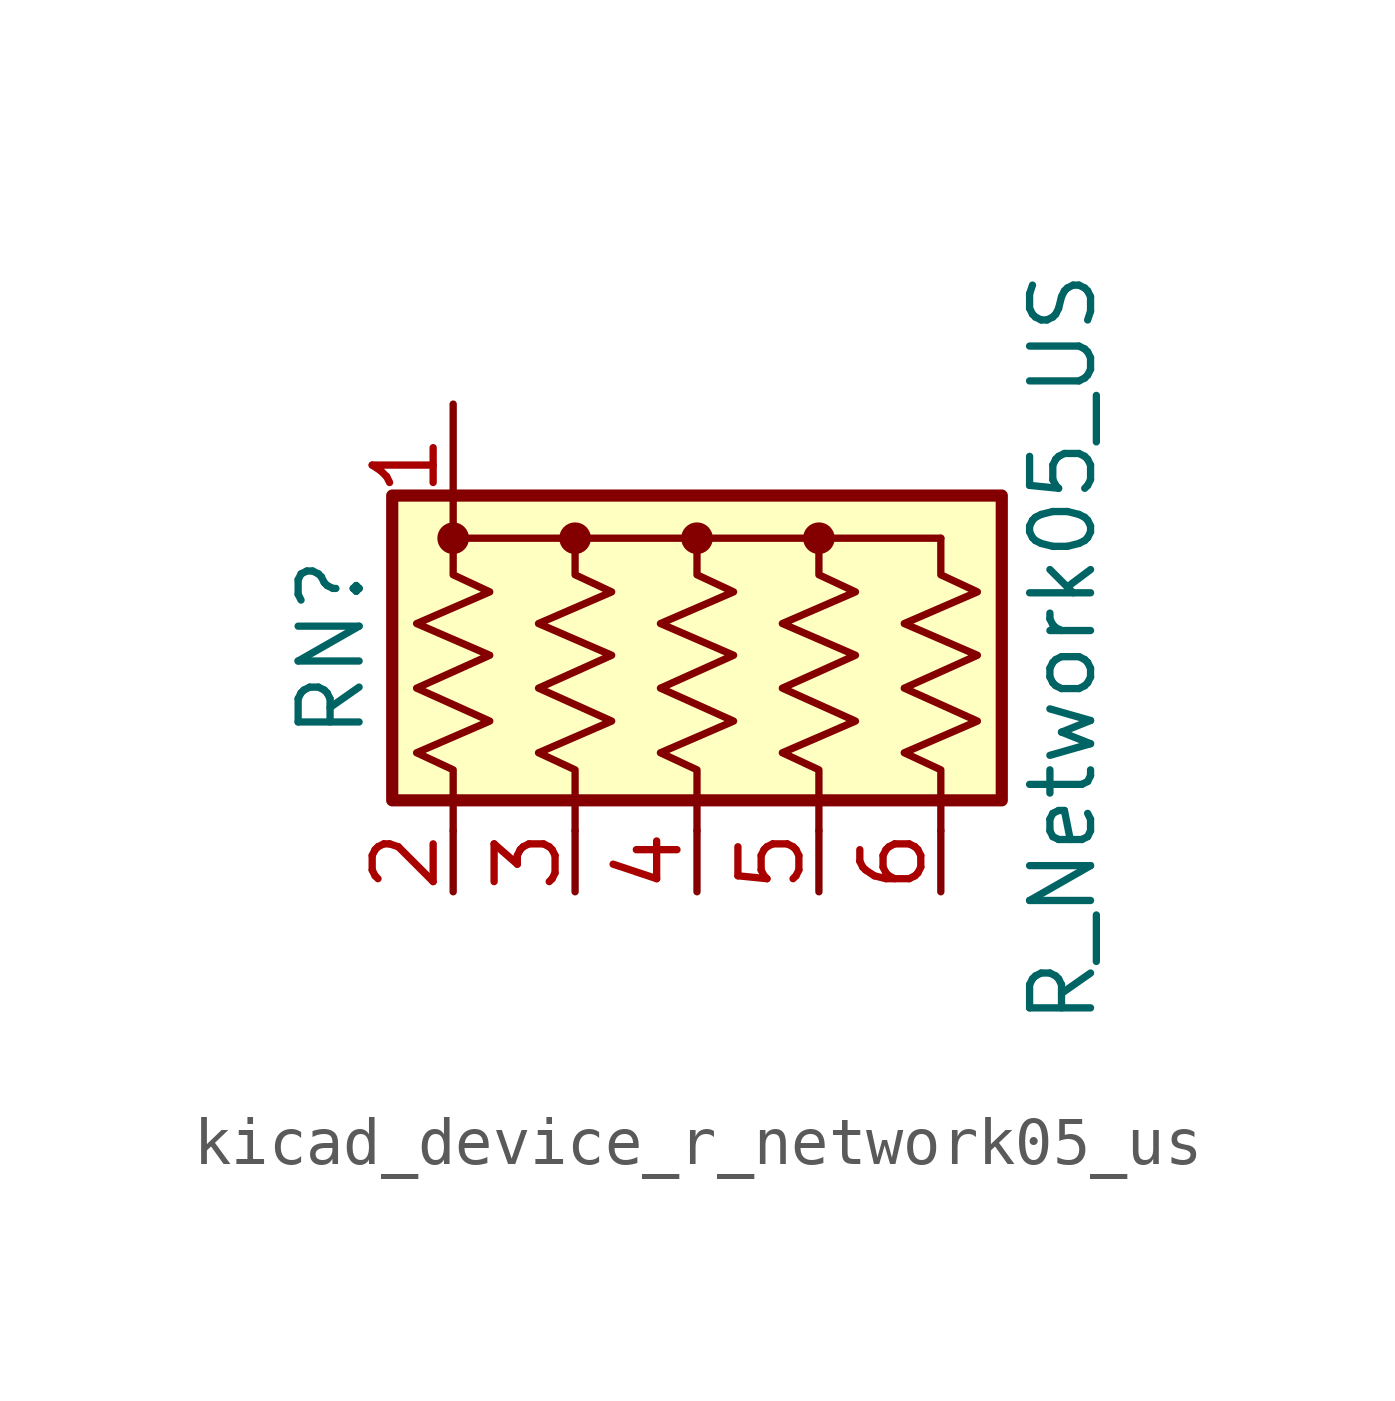
<source format=kicad_sym>
(kicad_symbol_lib
  (version 20220914)
  (generator kicad_symbol_editor)
  (symbol "kicad_device_r_network05_us"
    (pin_names
      (offset 0) hide)
    (property "Reference" "RN"
      (at -7.62 0 90)
      (effects (font (size 1.27 1.27))))
    (property "Value" "R_Network05_US"
      (at 7.62 0 90)
      (effects (font (size 1.27 1.27))))
    (symbol "kicad_device_r_network05_us_0_1"
      (rectangle (start -6.35 -3.175) (end 6.35 3.175) (stroke (width 0.254) (type default)) (fill (type background)))
      (circle (center -5.08 2.286) (radius 0.254) (stroke (width 0) (type default)) (fill (type outline)))
      (circle (center -2.54 2.286) (radius 0.254) (stroke (width 0) (type default)) (fill (type outline)))
      (polyline (pts (xy -5.08 2.286) (xy 5.08 2.286)) (stroke (width 0) (type default)) (fill (type none)))
      (polyline (pts (xy -5.08 2.286) (xy -5.08 1.524) (xy -4.318 1.168) (xy -5.842 0.508) (xy -4.318 -0.152) (xy -5.842 -0.838) (xy -4.318 -1.524) (xy -5.842 -2.184) (xy -5.08 -2.54) (xy -5.08 -3.81)) (stroke (width 0) (type default)) (fill (type none)))
      (polyline (pts (xy -2.54 2.286) (xy -2.54 1.524) (xy -1.778 1.168) (xy -3.302 0.508) (xy -1.778 -0.152) (xy -3.302 -0.838) (xy -1.778 -1.524) (xy -3.302 -2.184) (xy -2.54 -2.54) (xy -2.54 -3.81)) (stroke (width 0) (type default)) (fill (type none)))
      (polyline (pts (xy 0 2.286) (xy 0 1.524) (xy 0.762 1.168) (xy -0.762 0.508) (xy 0.762 -0.152) (xy -0.762 -0.838) (xy 0.762 -1.524) (xy -0.762 -2.184) (xy 0 -2.54) (xy 0 -3.81)) (stroke (width 0) (type default)) (fill (type none)))
      (polyline (pts (xy 2.54 2.286) (xy 2.54 1.524) (xy 3.302 1.168) (xy 1.778 0.508) (xy 3.302 -0.152) (xy 1.778 -0.838) (xy 3.302 -1.524) (xy 1.778 -2.184) (xy 2.54 -2.54) (xy 2.54 -3.81)) (stroke (width 0) (type default)) (fill (type none)))
      (polyline (pts (xy 5.08 2.286) (xy 5.08 1.524) (xy 5.842 1.168) (xy 4.318 0.508) (xy 5.842 -0.152) (xy 4.318 -0.838) (xy 5.842 -1.524) (xy 4.318 -2.184) (xy 5.08 -2.54) (xy 5.08 -3.81)) (stroke (width 0) (type default)) (fill (type none)))
      (circle (center 0 2.286) (radius 0.254) (stroke (width 0) (type default)) (fill (type outline)))
      (circle (center 2.54 2.286) (radius 0.254) (stroke (width 0) (type default)) (fill (type outline))))
    (symbol "kicad_device_r_network05_us_1_1"
      (pin passive line (at -5.08 5.08 270) (length 2.54) (name "common" (effects (font (size 1.27 1.27)))) (number "1" (effects (font (size 1.27 1.27)))))
      (pin passive line (at -5.08 -5.08 90) (length 1.27) (name "R1" (effects (font (size 1.27 1.27)))) (number "2" (effects (font (size 1.27 1.27)))))
      (pin passive line (at -2.54 -5.08 90) (length 1.27) (name "R2" (effects (font (size 1.27 1.27)))) (number "3" (effects (font (size 1.27 1.27)))))
      (pin passive line (at 0 -5.08 90) (length 1.27) (name "R3" (effects (font (size 1.27 1.27)))) (number "4" (effects (font (size 1.27 1.27)))))
      (pin passive line (at 2.54 -5.08 90) (length 1.27) (name "R4" (effects (font (size 1.27 1.27)))) (number "5" (effects (font (size 1.27 1.27)))))
      (pin passive line (at 5.08 -5.08 90) (length 1.27) (name "R5" (effects (font (size 1.27 1.27)))) (number "6" (effects (font (size 1.27 1.27))))))))
</source>
